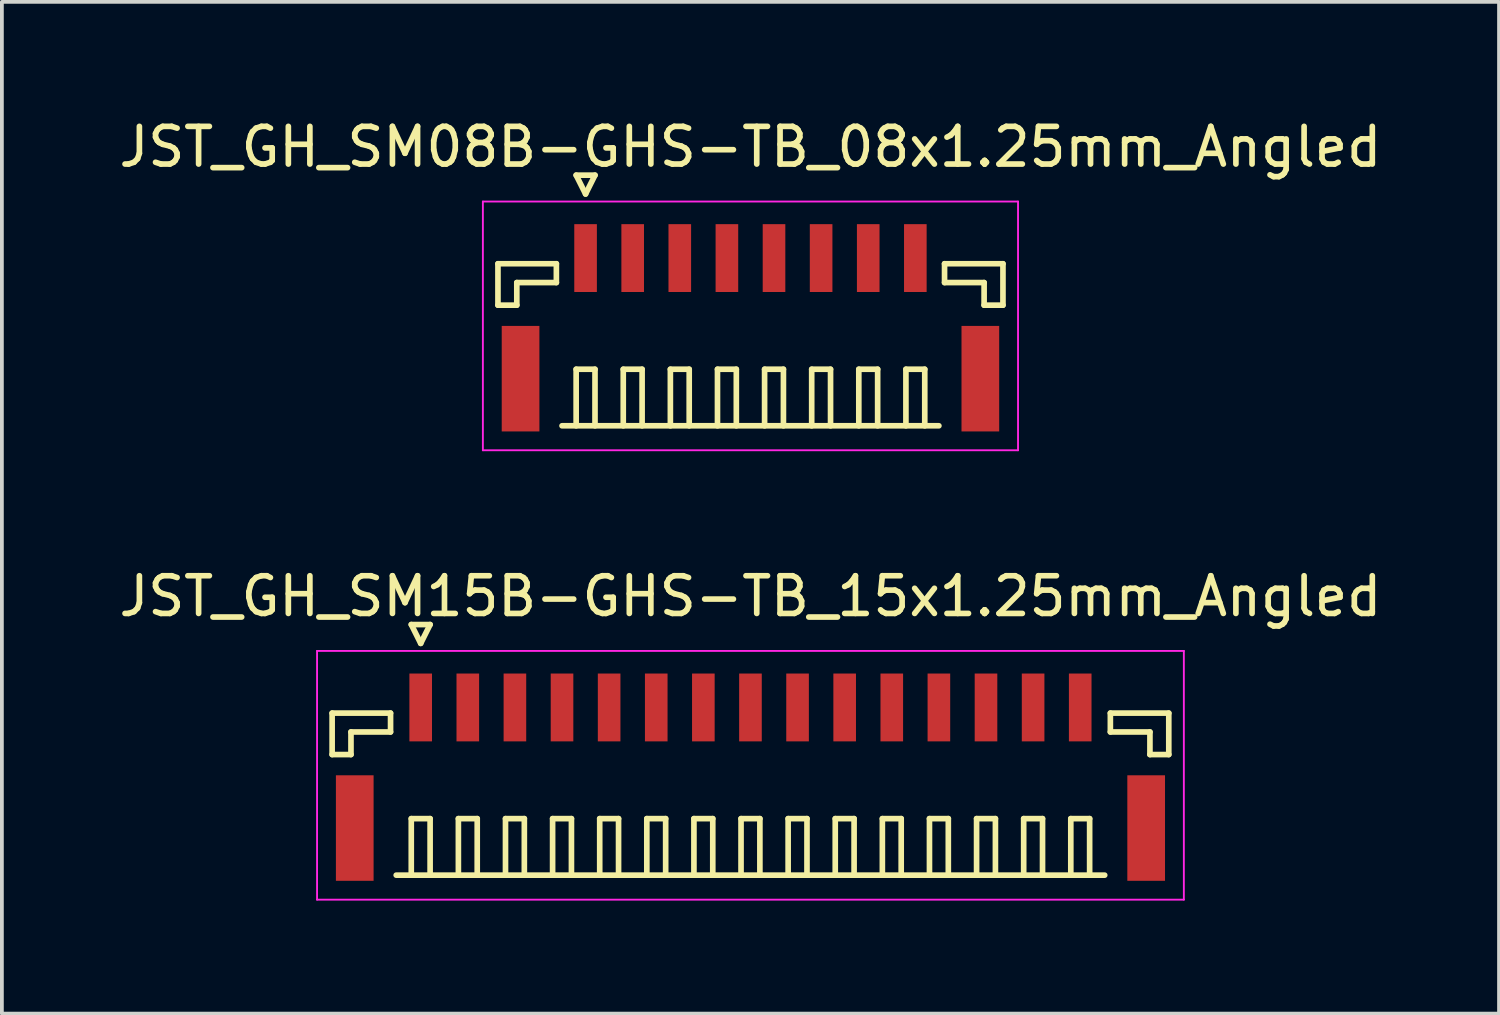
<source format=kicad_pcb>
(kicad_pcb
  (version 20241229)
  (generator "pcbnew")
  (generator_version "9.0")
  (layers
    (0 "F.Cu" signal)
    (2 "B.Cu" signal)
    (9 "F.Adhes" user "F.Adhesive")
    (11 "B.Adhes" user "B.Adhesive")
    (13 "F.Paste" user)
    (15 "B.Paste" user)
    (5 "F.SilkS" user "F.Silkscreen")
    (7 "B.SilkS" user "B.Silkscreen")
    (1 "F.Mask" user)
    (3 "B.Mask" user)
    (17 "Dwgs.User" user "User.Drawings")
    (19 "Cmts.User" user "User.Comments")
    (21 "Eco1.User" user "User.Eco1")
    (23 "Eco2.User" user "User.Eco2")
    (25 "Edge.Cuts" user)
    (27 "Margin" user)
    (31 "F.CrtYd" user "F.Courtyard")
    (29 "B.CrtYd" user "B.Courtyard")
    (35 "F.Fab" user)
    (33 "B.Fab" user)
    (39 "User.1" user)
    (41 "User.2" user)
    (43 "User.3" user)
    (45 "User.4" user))
  (footprint "JST_GH_SM15B-GHS-TB_15x1.25mm_Angled"
    (layer "F.Cu")
    (at 16.863 17.322)
    (property "Reference" "JST_GH_SM15B-GHS-TB_15x1.25mm_Angled" (at 0 -4.55 0) (layer "F.SilkS") (effects (font (size 1 1) (thickness 0.15))))
    (attr smd)
    (fp_line (start -11.1 -1.45) (end -9.55 -1.45) (stroke (width 0.15) (type solid)) (layer "F.SilkS"))
    (fp_line (start -11.1 -0.35) (end -11.1 -1.45) (stroke (width 0.15) (type solid)) (layer "F.SilkS"))
    (fp_line (start -10.6 -0.95) (end -10.6 -0.35) (stroke (width 0.15) (type solid)) (layer "F.SilkS"))
    (fp_line (start -10.6 -0.35) (end -11.1 -0.35) (stroke (width 0.15) (type solid)) (layer "F.SilkS"))
    (fp_line (start -9.55 -1.45) (end -9.55 -0.95) (stroke (width 0.15) (type solid)) (layer "F.SilkS"))
    (fp_line (start -9.55 -0.95) (end -10.6 -0.95) (stroke (width 0.15) (type solid)) (layer "F.SilkS"))
    (fp_line (start -9.4 2.85) (end 9.4 2.85) (stroke (width 0.15) (type solid)) (layer "F.SilkS"))
    (fp_line (start -9 -3.8) (end -8.5 -3.8) (stroke (width 0.15) (type solid)) (layer "F.SilkS"))
    (fp_line (start -9 1.35) (end -8.5 1.35) (stroke (width 0.15) (type solid)) (layer "F.SilkS"))
    (fp_line (start -9 2.85) (end -9 1.35) (stroke (width 0.15) (type solid)) (layer "F.SilkS"))
    (fp_line (start -8.75 -3.3) (end -9 -3.8) (stroke (width 0.15) (type solid)) (layer "F.SilkS"))
    (fp_line (start -8.5 -3.8) (end -8.75 -3.3) (stroke (width 0.15) (type solid)) (layer "F.SilkS"))
    (fp_line (start -8.5 1.35) (end -8.5 2.85) (stroke (width 0.15) (type solid)) (layer "F.SilkS"))
    (fp_line (start -7.75 1.35) (end -7.25 1.35) (stroke (width 0.15) (type solid)) (layer "F.SilkS"))
    (fp_line (start -7.75 2.85) (end -7.75 1.35) (stroke (width 0.15) (type solid)) (layer "F.SilkS"))
    (fp_line (start -7.25 1.35) (end -7.25 2.85) (stroke (width 0.15) (type solid)) (layer "F.SilkS"))
    (fp_line (start -6.5 1.35) (end -6 1.35) (stroke (width 0.15) (type solid)) (layer "F.SilkS"))
    (fp_line (start -6.5 2.85) (end -6.5 1.35) (stroke (width 0.15) (type solid)) (layer "F.SilkS"))
    (fp_line (start -6 1.35) (end -6 2.85) (stroke (width 0.15) (type solid)) (layer "F.SilkS"))
    (fp_line (start -5.25 1.35) (end -4.75 1.35) (stroke (width 0.15) (type solid)) (layer "F.SilkS"))
    (fp_line (start -5.25 2.85) (end -5.25 1.35) (stroke (width 0.15) (type solid)) (layer "F.SilkS"))
    (fp_line (start -4.75 1.35) (end -4.75 2.85) (stroke (width 0.15) (type solid)) (layer "F.SilkS"))
    (fp_line (start -4 1.35) (end -3.5 1.35) (stroke (width 0.15) (type solid)) (layer "F.SilkS"))
    (fp_line (start -4 2.85) (end -4 1.35) (stroke (width 0.15) (type solid)) (layer "F.SilkS"))
    (fp_line (start -3.5 1.35) (end -3.5 2.85) (stroke (width 0.15) (type solid)) (layer "F.SilkS"))
    (fp_line (start -2.75 1.35) (end -2.25 1.35) (stroke (width 0.15) (type solid)) (layer "F.SilkS"))
    (fp_line (start -2.75 2.85) (end -2.75 1.35) (stroke (width 0.15) (type solid)) (layer "F.SilkS"))
    (fp_line (start -2.25 1.35) (end -2.25 2.85) (stroke (width 0.15) (type solid)) (layer "F.SilkS"))
    (fp_line (start -1.5 1.35) (end -1 1.35) (stroke (width 0.15) (type solid)) (layer "F.SilkS"))
    (fp_line (start -1.5 2.85) (end -1.5 1.35) (stroke (width 0.15) (type solid)) (layer "F.SilkS"))
    (fp_line (start -1 1.35) (end -1 2.85) (stroke (width 0.15) (type solid)) (layer "F.SilkS"))
    (fp_line (start -0.25 1.35) (end 0.25 1.35) (stroke (width 0.15) (type solid)) (layer "F.SilkS"))
    (fp_line (start -0.25 2.85) (end -0.25 1.35) (stroke (width 0.15) (type solid)) (layer "F.SilkS"))
    (fp_line (start 0.25 1.35) (end 0.25 2.85) (stroke (width 0.15) (type solid)) (layer "F.SilkS"))
    (fp_line (start 1 1.35) (end 1.5 1.35) (stroke (width 0.15) (type solid)) (layer "F.SilkS"))
    (fp_line (start 1 2.85) (end 1 1.35) (stroke (width 0.15) (type solid)) (layer "F.SilkS"))
    (fp_line (start 1.5 1.35) (end 1.5 2.85) (stroke (width 0.15) (type solid)) (layer "F.SilkS"))
    (fp_line (start 2.25 1.35) (end 2.75 1.35) (stroke (width 0.15) (type solid)) (layer "F.SilkS"))
    (fp_line (start 2.25 2.85) (end 2.25 1.35) (stroke (width 0.15) (type solid)) (layer "F.SilkS"))
    (fp_line (start 2.75 1.35) (end 2.75 2.85) (stroke (width 0.15) (type solid)) (layer "F.SilkS"))
    (fp_line (start 3.5 1.35) (end 4 1.35) (stroke (width 0.15) (type solid)) (layer "F.SilkS"))
    (fp_line (start 3.5 2.85) (end 3.5 1.35) (stroke (width 0.15) (type solid)) (layer "F.SilkS"))
    (fp_line (start 4 1.35) (end 4 2.85) (stroke (width 0.15) (type solid)) (layer "F.SilkS"))
    (fp_line (start 4.75 1.35) (end 5.25 1.35) (stroke (width 0.15) (type solid)) (layer "F.SilkS"))
    (fp_line (start 4.75 2.85) (end 4.75 1.35) (stroke (width 0.15) (type solid)) (layer "F.SilkS"))
    (fp_line (start 5.25 1.35) (end 5.25 2.85) (stroke (width 0.15) (type solid)) (layer "F.SilkS"))
    (fp_line (start 6 1.35) (end 6.5 1.35) (stroke (width 0.15) (type solid)) (layer "F.SilkS"))
    (fp_line (start 6 2.85) (end 6 1.35) (stroke (width 0.15) (type solid)) (layer "F.SilkS"))
    (fp_line (start 6.5 1.35) (end 6.5 2.85) (stroke (width 0.15) (type solid)) (layer "F.SilkS"))
    (fp_line (start 7.25 1.35) (end 7.75 1.35) (stroke (width 0.15) (type solid)) (layer "F.SilkS"))
    (fp_line (start 7.25 2.85) (end 7.25 1.35) (stroke (width 0.15) (type solid)) (layer "F.SilkS"))
    (fp_line (start 7.75 1.35) (end 7.75 2.85) (stroke (width 0.15) (type solid)) (layer "F.SilkS"))
    (fp_line (start 8.5 1.35) (end 9 1.35) (stroke (width 0.15) (type solid)) (layer "F.SilkS"))
    (fp_line (start 8.5 2.85) (end 8.5 1.35) (stroke (width 0.15) (type solid)) (layer "F.SilkS"))
    (fp_line (start 9 1.35) (end 9 2.85) (stroke (width 0.15) (type solid)) (layer "F.SilkS"))
    (fp_line (start 9.55 -1.45) (end 9.55 -0.95) (stroke (width 0.15) (type solid)) (layer "F.SilkS"))
    (fp_line (start 9.55 -0.95) (end 10.6 -0.95) (stroke (width 0.15) (type solid)) (layer "F.SilkS"))
    (fp_line (start 10.6 -0.95) (end 10.6 -0.35) (stroke (width 0.15) (type solid)) (layer "F.SilkS"))
    (fp_line (start 10.6 -0.35) (end 11.1 -0.35) (stroke (width 0.15) (type solid)) (layer "F.SilkS"))
    (fp_line (start 11.1 -1.45) (end 9.55 -1.45) (stroke (width 0.15) (type solid)) (layer "F.SilkS"))
    (fp_line (start 11.1 -0.35) (end 11.1 -1.45) (stroke (width 0.15) (type solid)) (layer "F.SilkS"))
    (fp_line (start -11.5 -3.1) (end -11.5 3.5) (stroke (width 0.05) (type solid)) (layer "F.CrtYd"))
    (fp_line (start -11.5 3.5) (end 11.5 3.5) (stroke (width 0.05) (type solid)) (layer "F.CrtYd"))
    (fp_line (start 11.5 -3.1) (end -11.5 -3.1) (stroke (width 0.05) (type solid)) (layer "F.CrtYd"))
    (fp_line (start 11.5 3.5) (end 11.5 -3.1) (stroke (width 0.05) (type solid)) (layer "F.CrtYd"))
    (pad "" smd rect (at -10.5 1.6) (size 1 2.8) (layers "F.Cu" "F.Mask" "F.Paste"))
    (pad "" smd rect (at 10.5 1.6) (size 1 2.8) (layers "F.Cu" "F.Mask" "F.Paste"))
    (pad "1" smd rect (at -8.75 -1.6) (size 0.6 1.8) (layers "F.Cu" "F.Mask" "F.Paste"))
    (pad "2" smd rect (at -7.5 -1.6) (size 0.6 1.8) (layers "F.Cu" "F.Mask" "F.Paste"))
    (pad "3" smd rect (at -6.25 -1.6) (size 0.6 1.8) (layers "F.Cu" "F.Mask" "F.Paste"))
    (pad "4" smd rect (at -5 -1.6) (size 0.6 1.8) (layers "F.Cu" "F.Mask" "F.Paste"))
    (pad "5" smd rect (at -3.75 -1.6) (size 0.6 1.8) (layers "F.Cu" "F.Mask" "F.Paste"))
    (pad "6" smd rect (at -2.5 -1.6) (size 0.6 1.8) (layers "F.Cu" "F.Mask" "F.Paste"))
    (pad "7" smd rect (at -1.25 -1.6) (size 0.6 1.8) (layers "F.Cu" "F.Mask" "F.Paste"))
    (pad "8" smd rect (at 0 -1.6) (size 0.6 1.8) (layers "F.Cu" "F.Mask" "F.Paste"))
    (pad "9" smd rect (at 1.25 -1.6) (size 0.6 1.8) (layers "F.Cu" "F.Mask" "F.Paste"))
    (pad "10" smd rect (at 2.5 -1.6) (size 0.6 1.8) (layers "F.Cu" "F.Mask" "F.Paste"))
    (pad "11" smd rect (at 3.75 -1.6) (size 0.6 1.8) (layers "F.Cu" "F.Mask" "F.Paste"))
    (pad "12" smd rect (at 5 -1.6) (size 0.6 1.8) (layers "F.Cu" "F.Mask" "F.Paste"))
    (pad "13" smd rect (at 6.25 -1.6) (size 0.6 1.8) (layers "F.Cu" "F.Mask" "F.Paste"))
    (pad "14" smd rect (at 7.5 -1.6) (size 0.6 1.8) (layers "F.Cu" "F.Mask" "F.Paste"))
    (pad "15" smd rect (at 8.75 -1.6) (size 0.6 1.8) (layers "F.Cu" "F.Mask" "F.Paste")))
  (footprint "JST_GH_SM08B-GHS-TB_08x1.25mm_Angled"
    (layer "F.Cu")
    (at 16.863 5.398)
    (property "Reference" "JST_GH_SM08B-GHS-TB_08x1.25mm_Angled" (at 0 -4.55 0) (layer "F.SilkS") (effects (font (size 1 1) (thickness 0.15))))
    (attr smd)
    (fp_line (start -6.7 -1.45) (end -5.15 -1.45) (stroke (width 0.15) (type solid)) (layer "F.SilkS"))
    (fp_line (start -6.7 -0.35) (end -6.7 -1.45) (stroke (width 0.15) (type solid)) (layer "F.SilkS"))
    (fp_line (start -6.2 -0.95) (end -6.2 -0.35) (stroke (width 0.15) (type solid)) (layer "F.SilkS"))
    (fp_line (start -6.2 -0.35) (end -6.7 -0.35) (stroke (width 0.15) (type solid)) (layer "F.SilkS"))
    (fp_line (start -5.15 -1.45) (end -5.15 -0.95) (stroke (width 0.15) (type solid)) (layer "F.SilkS"))
    (fp_line (start -5.15 -0.95) (end -6.2 -0.95) (stroke (width 0.15) (type solid)) (layer "F.SilkS"))
    (fp_line (start -5 2.85) (end 5 2.85) (stroke (width 0.15) (type solid)) (layer "F.SilkS"))
    (fp_line (start -4.625 -3.8) (end -4.125 -3.8) (stroke (width 0.15) (type solid)) (layer "F.SilkS"))
    (fp_line (start -4.625 1.35) (end -4.125 1.35) (stroke (width 0.15) (type solid)) (layer "F.SilkS"))
    (fp_line (start -4.625 2.85) (end -4.625 1.35) (stroke (width 0.15) (type solid)) (layer "F.SilkS"))
    (fp_line (start -4.375 -3.3) (end -4.625 -3.8) (stroke (width 0.15) (type solid)) (layer "F.SilkS"))
    (fp_line (start -4.125 -3.8) (end -4.375 -3.3) (stroke (width 0.15) (type solid)) (layer "F.SilkS"))
    (fp_line (start -4.125 1.35) (end -4.125 2.85) (stroke (width 0.15) (type solid)) (layer "F.SilkS"))
    (fp_line (start -3.375 1.35) (end -2.875 1.35) (stroke (width 0.15) (type solid)) (layer "F.SilkS"))
    (fp_line (start -3.375 2.85) (end -3.375 1.35) (stroke (width 0.15) (type solid)) (layer "F.SilkS"))
    (fp_line (start -2.875 1.35) (end -2.875 2.85) (stroke (width 0.15) (type solid)) (layer "F.SilkS"))
    (fp_line (start -2.125 1.35) (end -1.625 1.35) (stroke (width 0.15) (type solid)) (layer "F.SilkS"))
    (fp_line (start -2.125 2.85) (end -2.125 1.35) (stroke (width 0.15) (type solid)) (layer "F.SilkS"))
    (fp_line (start -1.625 1.35) (end -1.625 2.85) (stroke (width 0.15) (type solid)) (layer "F.SilkS"))
    (fp_line (start -0.875 1.35) (end -0.375 1.35) (stroke (width 0.15) (type solid)) (layer "F.SilkS"))
    (fp_line (start -0.875 2.85) (end -0.875 1.35) (stroke (width 0.15) (type solid)) (layer "F.SilkS"))
    (fp_line (start -0.375 1.35) (end -0.375 2.85) (stroke (width 0.15) (type solid)) (layer "F.SilkS"))
    (fp_line (start 0.375 1.35) (end 0.875 1.35) (stroke (width 0.15) (type solid)) (layer "F.SilkS"))
    (fp_line (start 0.375 2.85) (end 0.375 1.35) (stroke (width 0.15) (type solid)) (layer "F.SilkS"))
    (fp_line (start 0.875 1.35) (end 0.875 2.85) (stroke (width 0.15) (type solid)) (layer "F.SilkS"))
    (fp_line (start 1.625 1.35) (end 2.125 1.35) (stroke (width 0.15) (type solid)) (layer "F.SilkS"))
    (fp_line (start 1.625 2.85) (end 1.625 1.35) (stroke (width 0.15) (type solid)) (layer "F.SilkS"))
    (fp_line (start 2.125 1.35) (end 2.125 2.85) (stroke (width 0.15) (type solid)) (layer "F.SilkS"))
    (fp_line (start 2.875 1.35) (end 3.375 1.35) (stroke (width 0.15) (type solid)) (layer "F.SilkS"))
    (fp_line (start 2.875 2.85) (end 2.875 1.35) (stroke (width 0.15) (type solid)) (layer "F.SilkS"))
    (fp_line (start 3.375 1.35) (end 3.375 2.85) (stroke (width 0.15) (type solid)) (layer "F.SilkS"))
    (fp_line (start 4.125 1.35) (end 4.625 1.35) (stroke (width 0.15) (type solid)) (layer "F.SilkS"))
    (fp_line (start 4.125 2.85) (end 4.125 1.35) (stroke (width 0.15) (type solid)) (layer "F.SilkS"))
    (fp_line (start 4.625 1.35) (end 4.625 2.85) (stroke (width 0.15) (type solid)) (layer "F.SilkS"))
    (fp_line (start 5.15 -1.45) (end 5.15 -0.95) (stroke (width 0.15) (type solid)) (layer "F.SilkS"))
    (fp_line (start 5.15 -0.95) (end 6.2 -0.95) (stroke (width 0.15) (type solid)) (layer "F.SilkS"))
    (fp_line (start 6.2 -0.95) (end 6.2 -0.35) (stroke (width 0.15) (type solid)) (layer "F.SilkS"))
    (fp_line (start 6.2 -0.35) (end 6.7 -0.35) (stroke (width 0.15) (type solid)) (layer "F.SilkS"))
    (fp_line (start 6.7 -1.45) (end 5.15 -1.45) (stroke (width 0.15) (type solid)) (layer "F.SilkS"))
    (fp_line (start 6.7 -0.35) (end 6.7 -1.45) (stroke (width 0.15) (type solid)) (layer "F.SilkS"))
    (fp_line (start -7.1 -3.1) (end -7.1 3.5) (stroke (width 0.05) (type solid)) (layer "F.CrtYd"))
    (fp_line (start -7.1 3.5) (end 7.1 3.5) (stroke (width 0.05) (type solid)) (layer "F.CrtYd"))
    (fp_line (start 7.1 -3.1) (end -7.1 -3.1) (stroke (width 0.05) (type solid)) (layer "F.CrtYd"))
    (fp_line (start 7.1 3.5) (end 7.1 -3.1) (stroke (width 0.05) (type solid)) (layer "F.CrtYd"))
    (pad "" smd rect (at -6.1 1.6) (size 1 2.8) (layers "F.Cu" "F.Mask" "F.Paste"))
    (pad "" smd rect (at 6.1 1.6) (size 1 2.8) (layers "F.Cu" "F.Mask" "F.Paste"))
    (pad "1" smd rect (at -4.375 -1.6) (size 0.6 1.8) (layers "F.Cu" "F.Mask" "F.Paste"))
    (pad "2" smd rect (at -3.125 -1.6) (size 0.6 1.8) (layers "F.Cu" "F.Mask" "F.Paste"))
    (pad "3" smd rect (at -1.875 -1.6) (size 0.6 1.8) (layers "F.Cu" "F.Mask" "F.Paste"))
    (pad "4" smd rect (at -0.625 -1.6) (size 0.6 1.8) (layers "F.Cu" "F.Mask" "F.Paste"))
    (pad "5" smd rect (at 0.625 -1.6) (size 0.6 1.8) (layers "F.Cu" "F.Mask" "F.Paste"))
    (pad "6" smd rect (at 1.875 -1.6) (size 0.6 1.8) (layers "F.Cu" "F.Mask" "F.Paste"))
    (pad "7" smd rect (at 3.125 -1.6) (size 0.6 1.8) (layers "F.Cu" "F.Mask" "F.Paste"))
    (pad "8" smd rect (at 4.375 -1.6) (size 0.6 1.8) (layers "F.Cu" "F.Mask" "F.Paste")))
  (gr_rect
    (start -3 -3)
    (end 36.726 23.846)
    (stroke (width 0.1) (type default))
    (fill no)
    (layer "Edge.Cuts")))
</source>
